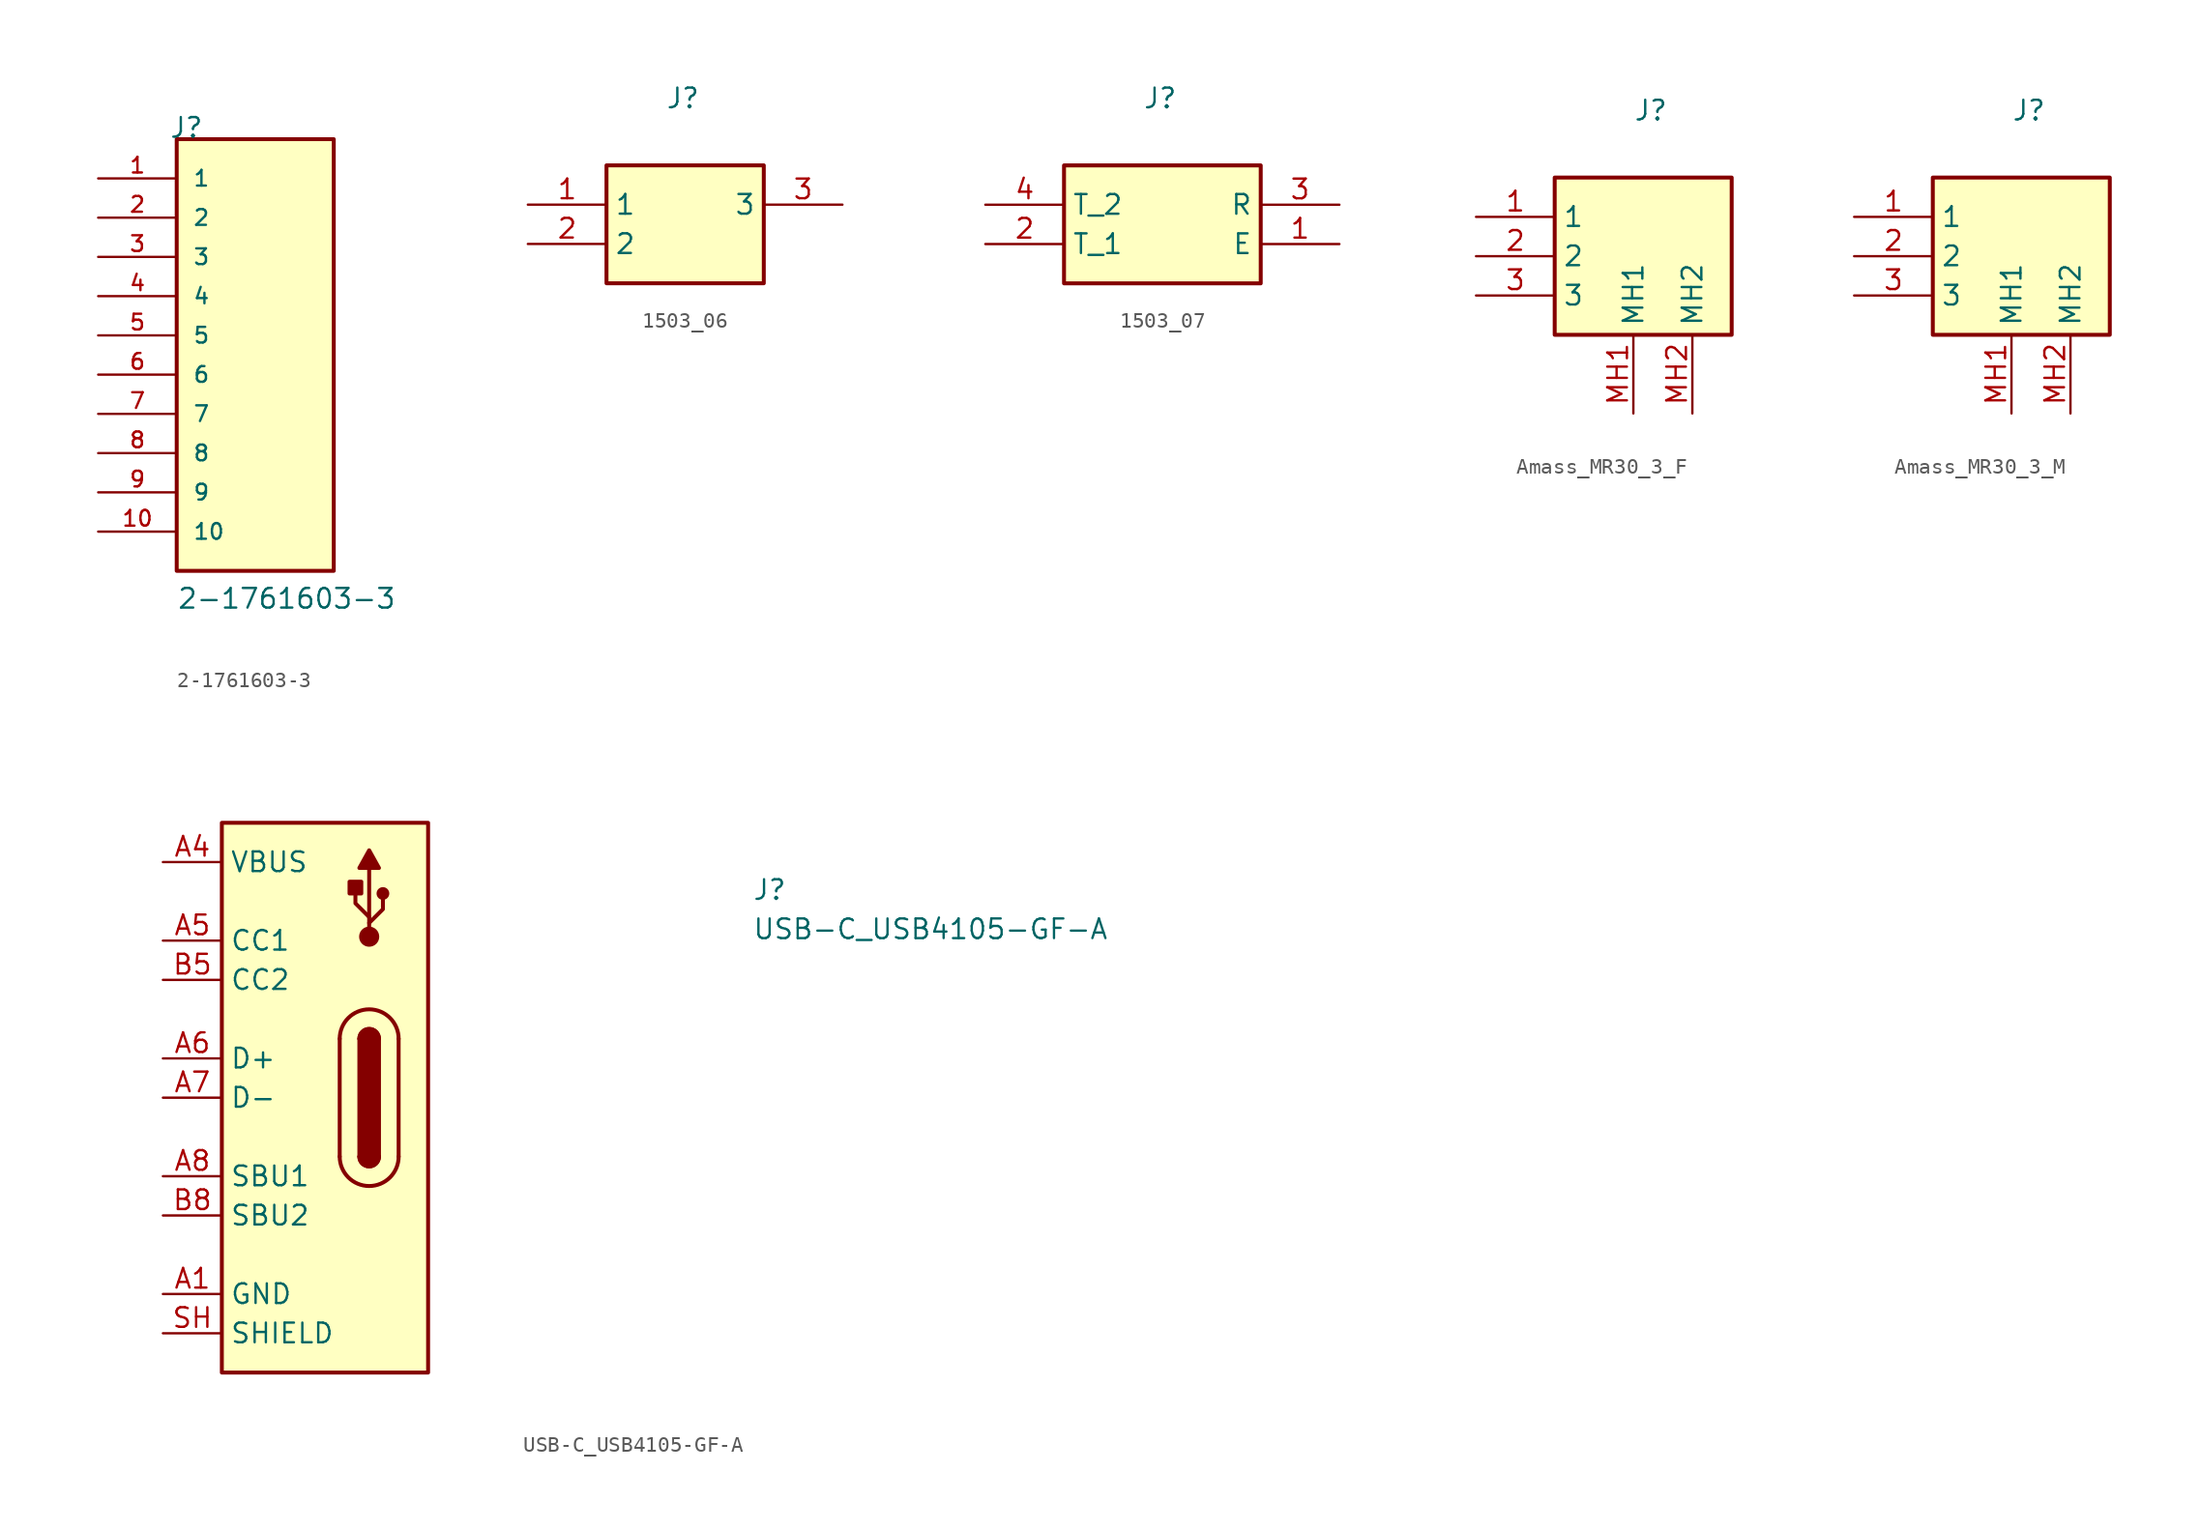
<source format=kicad_sym>
(kicad_symbol_lib
  (version 20220914)
  (generator kicad_symbol_editor)
  (symbol "2-1761603-3"
    (pin_names
      (offset 1.016))
    (property "Reference" "J"
      (at -5.58 15.24 0)
      (effects (font (size 1.27 1.27)) (justify left bottom)))
    (property "Value" "2-1761603-3"
      (at -5.08 -15.24 0)
      (effects (font (size 1.27 1.27)) (justify left bottom)))
    (symbol "2-1761603-3_0_0"
      (rectangle (start -5.08 -12.7) (end 5.08 15.24) (stroke (width 0.254) (type default)) (fill (type background)))
      (pin passive line (at -10.16 12.7 0) (length 5.08) (name "1" (effects (font (size 1.016 1.016)))) (number "1" (effects (font (size 1.016 1.016)))))
      (pin passive line (at -10.16 -10.16 0) (length 5.08) (name "10" (effects (font (size 1.016 1.016)))) (number "10" (effects (font (size 1.016 1.016)))))
      (pin passive line (at -10.16 10.16 0) (length 5.08) (name "2" (effects (font (size 1.016 1.016)))) (number "2" (effects (font (size 1.016 1.016)))))
      (pin passive line (at -10.16 7.62 0) (length 5.08) (name "3" (effects (font (size 1.016 1.016)))) (number "3" (effects (font (size 1.016 1.016)))))
      (pin passive line (at -10.16 5.08 0) (length 5.08) (name "4" (effects (font (size 1.016 1.016)))) (number "4" (effects (font (size 1.016 1.016)))))
      (pin passive line (at -10.16 2.54 0) (length 5.08) (name "5" (effects (font (size 1.016 1.016)))) (number "5" (effects (font (size 1.016 1.016)))))
      (pin passive line (at -10.16 0 0) (length 5.08) (name "6" (effects (font (size 1.016 1.016)))) (number "6" (effects (font (size 1.016 1.016)))))
      (pin passive line (at -10.16 -2.54 0) (length 5.08) (name "7" (effects (font (size 1.016 1.016)))) (number "7" (effects (font (size 1.016 1.016)))))
      (pin passive line (at -10.16 -5.08 0) (length 5.08) (name "8" (effects (font (size 1.016 1.016)))) (number "8" (effects (font (size 1.016 1.016)))))
      (pin passive line (at -10.16 -7.62 0) (length 5.08) (name "9" (effects (font (size 1.016 1.016)))) (number "9" (effects (font (size 1.016 1.016)))))))
  (symbol "1503_06"
    (property "Reference" "J"
      (at 8.89 7.62 0)
      (effects (font (size 1.27 1.27)) (justify left top)))
    (symbol "1503_06_1_1"
      (rectangle (start 5.08 2.54) (end 15.24 -5.08) (stroke (width 0.254) (type default)) (fill (type background)))
      (pin passive line (at 0 0 0) (length 5.08) (name "1" (effects (font (size 1.27 1.27)))) (number "1" (effects (font (size 1.27 1.27)))))
      (pin passive line (at 0 -2.54 0) (length 5.08) (name "2" (effects (font (size 1.27 1.27)))) (number "2" (effects (font (size 1.27 1.27)))))
      (pin passive line (at 20.32 0 180) (length 5.08) (name "3" (effects (font (size 1.27 1.27)))) (number "3" (effects (font (size 1.27 1.27)))))))
  (symbol "1503_07"
    (property "Reference" "J"
      (at 10.16 7.62 0)
      (effects (font (size 1.27 1.27)) (justify left top)))
    (symbol "1503_07_1_1"
      (rectangle (start 5.08 2.54) (end 17.78 -5.08) (stroke (width 0.254) (type default)) (fill (type background)))
      (pin passive line (at 22.86 -2.54 180) (length 5.08) (name "E" (effects (font (size 1.27 1.27)))) (number "1" (effects (font (size 1.27 1.27)))))
      (pin passive line (at 0 -2.54 0) (length 5.08) (name "T_1" (effects (font (size 1.27 1.27)))) (number "2" (effects (font (size 1.27 1.27)))))
      (pin passive line (at 22.86 0 180) (length 5.08) (name "R" (effects (font (size 1.27 1.27)))) (number "3" (effects (font (size 1.27 1.27)))))
      (pin passive line (at 0 0 0) (length 5.08) (name "T_2" (effects (font (size 1.27 1.27)))) (number "4" (effects (font (size 1.27 1.27)))))))
  (symbol "Amass_MR30_3_F"
    (property "Reference" "J"
      (at 10.16 7.62 0)
      (effects (font (size 1.27 1.27)) (justify left top)))
    (symbol "Amass_MR30_3_F_1_1"
      (rectangle (start 5.08 2.54) (end 16.51 -7.62) (stroke (width 0.254) (type default)) (fill (type background)))
      (pin input line (at 0 0 0) (length 5.08) (name "1" (effects (font (size 1.27 1.27)))) (number "1" (effects (font (size 1.27 1.27)))))
      (pin input line (at 0 -2.54 0) (length 5.08) (name "2" (effects (font (size 1.27 1.27)))) (number "2" (effects (font (size 1.27 1.27)))))
      (pin input line (at 0 -5.08 0) (length 5.08) (name "3" (effects (font (size 1.27 1.27)))) (number "3" (effects (font (size 1.27 1.27)))))
      (pin passive line (at 10.16 -12.7 90) (length 5.08) (name "MH1" (effects (font (size 1.27 1.27)))) (number "MH1" (effects (font (size 1.27 1.27)))))
      (pin passive line (at 13.97 -12.7 90) (length 5.08) (name "MH2" (effects (font (size 1.27 1.27)))) (number "MH2" (effects (font (size 1.27 1.27)))))))
  (symbol "Amass_MR30_3_M"
    (property "Reference" "J"
      (at 10.16 7.62 0)
      (effects (font (size 1.27 1.27)) (justify left top)))
    (symbol "Amass_MR30_3_M_1_1"
      (rectangle (start 5.08 2.54) (end 16.51 -7.62) (stroke (width 0.254) (type default)) (fill (type background)))
      (pin output line (at 0 0 0) (length 5.08) (name "1" (effects (font (size 1.27 1.27)))) (number "1" (effects (font (size 1.27 1.27)))))
      (pin output line (at 0 -2.54 0) (length 5.08) (name "2" (effects (font (size 1.27 1.27)))) (number "2" (effects (font (size 1.27 1.27)))))
      (pin output line (at 0 -5.08 0) (length 5.08) (name "3" (effects (font (size 1.27 1.27)))) (number "3" (effects (font (size 1.27 1.27)))))
      (pin passive line (at 10.16 -12.7 90) (length 5.08) (name "MH1" (effects (font (size 1.27 1.27)))) (number "MH1" (effects (font (size 1.27 1.27)))))
      (pin passive line (at 13.97 -12.7 90) (length 5.08) (name "MH2" (effects (font (size 1.27 1.27)))) (number "MH2" (effects (font (size 1.27 1.27)))))))
  (symbol "USB-C_USB4105-GF-A"
    (property "Reference" "J"
      (at 38.1 -2.54 0)
      (effects (font (size 1.27 1.27) (thickness 0.15)) (justify left bottom)))
    (property "Value" "USB-C_USB4105-GF-A"
      (at 38.1 -5.08 0)
      (effects (font (size 1.27 1.27) (thickness 0.15)) (justify left bottom)))
    (symbol "USB-C_USB4105-GF-A_1_1"
      (polyline (pts (xy 11.43 -11.43) (xy 11.43 -19.05)) (stroke (width 0.254) (type default)) (fill (type background)))
      (polyline (pts (xy 13.335 -4.699) (xy 13.335 -0.381)) (stroke (width 0.254) (type default)) (fill (type background)))
      (polyline (pts (xy 15.24 -19.05) (xy 15.24 -11.43)) (stroke (width 0.254) (type default)) (fill (type background)))
      (polyline (pts (xy 13.335 -3.937) (xy 14.224 -3.048) (xy 14.224 -2.413)) (stroke (width 0.254) (type default)) (fill (type background)))
      (polyline (pts (xy 13.335 -3.556) (xy 12.446 -2.667) (xy 12.446 -2.032)) (stroke (width 0.254) (type default)) (fill (type background)))
      (polyline (pts (xy 13.97 -0.381) (xy 13.335 0.762) (xy 12.7 -0.381) (xy 13.97 -0.381)) (stroke (width 0.254) (type default)) (fill (type outline)))
      (rectangle (start 3.81 2.54) (end 17.145 -33.02) (stroke (width 0.254) (type default)) (fill (type background)))
      (arc (start 11.43 -19.05) (mid 13.335 -20.9467) (end 15.24 -19.05) (stroke (width 0.254) (type default)) (fill (type background)))
      (rectangle (start 12.065 -1.27) (end 12.827 -2.032) (stroke (width 0.254) (type default)) (fill (type outline)))
      (arc (start 12.7 -19.05) (mid 13.335 -19.6823) (end 13.97 -19.05) (stroke (width 0.254) (type default)) (fill (type outline)))
      (arc (start 12.7 -19.05) (mid 13.335 -19.6823) (end 13.97 -19.05) (stroke (width 0.254) (type default)) (fill (type background)))
      (rectangle (start 12.7 -11.43) (end 13.97 -19.05) (stroke (width 0.254) (type default)) (fill (type outline)))
      (circle (center 13.335 -4.826) (radius 0.524) (stroke (width 0.254) (type default)) (fill (type outline)))
      (arc (start 13.97 -11.43) (mid 13.335 -10.7977) (end 12.7 -11.43) (stroke (width 0.254) (type default)) (fill (type outline)))
      (arc (start 13.97 -11.43) (mid 13.335 -10.7977) (end 12.7 -11.43) (stroke (width 0.254) (type default)) (fill (type background)))
      (circle (center 14.224 -2.032) (radius 0.284) (stroke (width 0.254) (type default)) (fill (type outline)))
      (arc (start 15.24 -11.43) (mid 13.335 -9.5333) (end 11.43 -11.43) (stroke (width 0.254) (type default)) (fill (type background)))
      (pin passive line (at 0 -27.94 0) (length 3.81) (name "GND" (effects (font (size 1.27 1.27)))) (number "A1" (effects (font (size 1.27 1.27)))))
      (pin passive line (at 0 -27.94 0) (length 3.81) hide (name "GND" (effects (font (size 1.27 1.27)))) (number "A12" (effects (font (size 1.27 1.27)))))
      (pin passive line (at 0 0 0) (length 3.81) (name "VBUS" (effects (font (size 1.27 1.27)))) (number "A4" (effects (font (size 1.27 1.27)))))
      (pin bidirectional line (at 0 -5.08 0) (length 3.81) (name "CC1" (effects (font (size 1.27 1.27)))) (number "A5" (effects (font (size 1.27 1.27)))))
      (pin bidirectional line (at 0 -12.7 0) (length 3.81) (name "D+" (effects (font (size 1.27 1.27)))) (number "A6" (effects (font (size 1.27 1.27)))))
      (pin bidirectional line (at 0 -15.24 0) (length 3.81) (name "D-" (effects (font (size 1.27 1.27)))) (number "A7" (effects (font (size 1.27 1.27)))))
      (pin bidirectional line (at 0 -20.32 0) (length 3.81) (name "SBU1" (effects (font (size 1.27 1.27)))) (number "A8" (effects (font (size 1.27 1.27)))))
      (pin passive line (at 0 0 0) (length 3.81) hide (name "VBUS" (effects (font (size 1.27 1.27)))) (number "A9" (effects (font (size 1.27 1.27)))))
      (pin passive line (at 0 -27.94 0) (length 3.81) hide (name "GND" (effects (font (size 1.27 1.27)))) (number "B1" (effects (font (size 1.27 1.27)))))
      (pin passive line (at 0 -27.94 0) (length 3.81) hide (name "GND" (effects (font (size 1.27 1.27)))) (number "B12" (effects (font (size 1.27 1.27)))))
      (pin passive line (at 0 0 0) (length 3.81) hide (name "VBUS" (effects (font (size 1.27 1.27)))) (number "B4" (effects (font (size 1.27 1.27)))))
      (pin bidirectional line (at 0 -7.62 0) (length 3.81) (name "CC2" (effects (font (size 1.27 1.27)))) (number "B5" (effects (font (size 1.27 1.27)))))
      (pin passive line (at 0 -12.7 0) (length 3.81) hide (name "D+" (effects (font (size 1.27 1.27)))) (number "B6" (effects (font (size 1.27 1.27)))))
      (pin passive line (at 0 -15.24 0) (length 3.81) hide (name "D-" (effects (font (size 1.27 1.27)))) (number "B7" (effects (font (size 1.27 1.27)))))
      (pin bidirectional line (at 0 -22.86 0) (length 3.81) (name "SBU2" (effects (font (size 1.27 1.27)))) (number "B8" (effects (font (size 1.27 1.27)))))
      (pin passive line (at 0 0 0) (length 3.81) hide (name "VBUS" (effects (font (size 1.27 1.27)))) (number "B9" (effects (font (size 1.27 1.27)))))
      (pin passive line (at 0 -30.48 0) (length 3.81) (name "SHIELD" (effects (font (size 1.27 1.27)))) (number "SH" (effects (font (size 1.27 1.27))))))))
</source>
